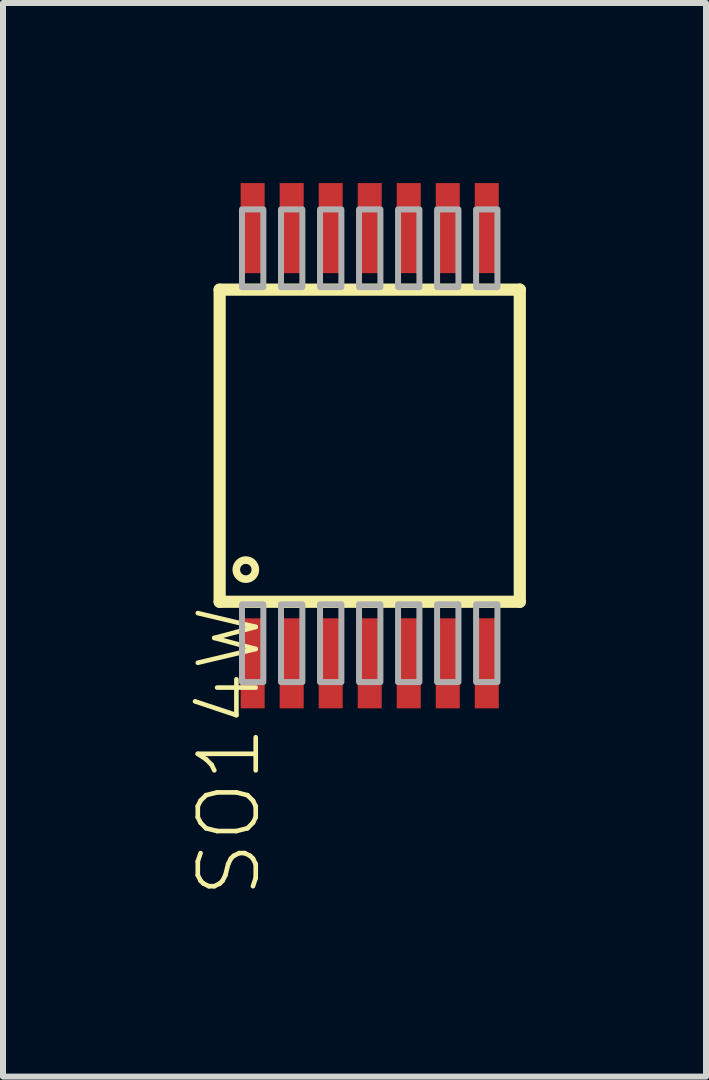
<source format=kicad_pcb>
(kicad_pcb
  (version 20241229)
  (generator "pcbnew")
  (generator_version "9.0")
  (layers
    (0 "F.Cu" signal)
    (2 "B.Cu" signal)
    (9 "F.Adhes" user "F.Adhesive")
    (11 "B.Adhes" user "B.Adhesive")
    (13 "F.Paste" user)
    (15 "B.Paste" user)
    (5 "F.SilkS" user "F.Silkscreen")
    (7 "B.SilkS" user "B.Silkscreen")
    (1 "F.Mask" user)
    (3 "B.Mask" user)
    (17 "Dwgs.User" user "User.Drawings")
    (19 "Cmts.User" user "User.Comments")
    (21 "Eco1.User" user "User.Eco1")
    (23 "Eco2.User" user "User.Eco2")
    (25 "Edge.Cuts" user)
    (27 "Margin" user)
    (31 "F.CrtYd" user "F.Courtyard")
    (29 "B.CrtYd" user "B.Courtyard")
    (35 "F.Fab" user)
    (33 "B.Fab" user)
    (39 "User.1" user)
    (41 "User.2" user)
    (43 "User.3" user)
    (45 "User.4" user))
  (footprint "SO14W"
    (layer "F.Cu")
    (at 3.109 4.375)
    (property "Reference" "SO14W" (at -2.906 2.6 270) (layer "F.SilkS") (effects (font (size 0.965 0.965) (thickness 0.077)) (justify right top)))
    (attr through_hole)
    (fp_line (start -2.5 2.6) (end -2.5 -2.6) (stroke (width 0.203) (type solid)) (layer "F.SilkS"))
    (fp_line (start -2.5 2.6) (end 2.5 2.6) (stroke (width 0.203) (type solid)) (layer "F.SilkS"))
    (fp_line (start 2.5 -2.6) (end -2.5 -2.6) (stroke (width 0.203) (type solid)) (layer "F.SilkS"))
    (fp_line (start 2.5 2.6) (end 2.5 -2.6) (stroke (width 0.203) (type solid)) (layer "F.SilkS"))
    (fp_circle (center -2.064 2.064) (end -1.905 2.064) (stroke (width 0.127) (type solid)) (fill no) (layer "F.SilkS"))
    (fp_poly (pts (xy -2.128 -2.642) (xy -1.772 -2.642) (xy -1.772 -3.937) (xy -2.128 -3.937)) (stroke (width 0.1) (type solid)) (fill no) (layer "F.Fab"))
    (fp_poly (pts (xy -2.128 3.937) (xy -1.772 3.937) (xy -1.772 2.642) (xy -2.128 2.642)) (stroke (width 0.1) (type solid)) (fill no) (layer "F.Fab"))
    (fp_poly (pts (xy -1.478 -2.642) (xy -1.122 -2.642) (xy -1.122 -3.937) (xy -1.478 -3.937)) (stroke (width 0.1) (type solid)) (fill no) (layer "F.Fab"))
    (fp_poly (pts (xy -1.478 3.937) (xy -1.122 3.937) (xy -1.122 2.642) (xy -1.478 2.642)) (stroke (width 0.1) (type solid)) (fill no) (layer "F.Fab"))
    (fp_poly (pts (xy -0.828 -2.642) (xy -0.472 -2.642) (xy -0.472 -3.937) (xy -0.828 -3.937)) (stroke (width 0.1) (type solid)) (fill no) (layer "F.Fab"))
    (fp_poly (pts (xy -0.828 3.937) (xy -0.472 3.937) (xy -0.472 2.642) (xy -0.828 2.642)) (stroke (width 0.1) (type solid)) (fill no) (layer "F.Fab"))
    (fp_poly (pts (xy -0.178 -2.642) (xy 0.178 -2.642) (xy 0.178 -3.937) (xy -0.178 -3.937)) (stroke (width 0.1) (type solid)) (fill no) (layer "F.Fab"))
    (fp_poly (pts (xy -0.178 3.937) (xy 0.178 3.937) (xy 0.178 2.642) (xy -0.178 2.642)) (stroke (width 0.1) (type solid)) (fill no) (layer "F.Fab"))
    (fp_poly (pts (xy 0.472 -2.642) (xy 0.828 -2.642) (xy 0.828 -3.937) (xy 0.472 -3.937)) (stroke (width 0.1) (type solid)) (fill no) (layer "F.Fab"))
    (fp_poly (pts (xy 0.472 3.937) (xy 0.828 3.937) (xy 0.828 2.642) (xy 0.472 2.642)) (stroke (width 0.1) (type solid)) (fill no) (layer "F.Fab"))
    (fp_poly (pts (xy 1.122 -2.642) (xy 1.478 -2.642) (xy 1.478 -3.937) (xy 1.122 -3.937)) (stroke (width 0.1) (type solid)) (fill no) (layer "F.Fab"))
    (fp_poly (pts (xy 1.122 3.937) (xy 1.478 3.937) (xy 1.478 2.642) (xy 1.122 2.642)) (stroke (width 0.1) (type solid)) (fill no) (layer "F.Fab"))
    (fp_poly (pts (xy 1.772 -2.642) (xy 2.128 -2.642) (xy 2.128 -3.937) (xy 1.772 -3.937)) (stroke (width 0.1) (type solid)) (fill no) (layer "F.Fab"))
    (fp_poly (pts (xy 1.772 3.937) (xy 2.128 3.937) (xy 2.128 2.642) (xy 1.772 2.642)) (stroke (width 0.1) (type solid)) (fill no) (layer "F.Fab"))
    (pad "1" smd rect (at -1.95 3.625) (size 0.4 1.5) (layers "F.Cu" "F.Mask" "F.Paste"))
    (pad "2" smd rect (at -1.3 3.625) (size 0.4 1.5) (layers "F.Cu" "F.Mask" "F.Paste"))
    (pad "3" smd rect (at -0.65 3.625) (size 0.4 1.5) (layers "F.Cu" "F.Mask" "F.Paste"))
    (pad "4" smd rect (at 0 3.625) (size 0.4 1.5) (layers "F.Cu" "F.Mask" "F.Paste"))
    (pad "5" smd rect (at 0.65 3.625) (size 0.4 1.5) (layers "F.Cu" "F.Mask" "F.Paste"))
    (pad "6" smd rect (at 1.3 3.625) (size 0.4 1.5) (layers "F.Cu" "F.Mask" "F.Paste"))
    (pad "7" smd rect (at 1.95 3.625) (size 0.4 1.5) (layers "F.Cu" "F.Mask" "F.Paste"))
    (pad "8" smd rect (at 1.95 -3.625) (size 0.4 1.5) (layers "F.Cu" "F.Mask" "F.Paste"))
    (pad "9" smd rect (at 1.3 -3.625) (size 0.4 1.5) (layers "F.Cu" "F.Mask" "F.Paste"))
    (pad "10" smd rect (at 0.65 -3.625) (size 0.4 1.5) (layers "F.Cu" "F.Mask" "F.Paste"))
    (pad "11" smd rect (at 0 -3.625) (size 0.4 1.5) (layers "F.Cu" "F.Mask" "F.Paste"))
    (pad "12" smd rect (at -0.65 -3.625) (size 0.4 1.5) (layers "F.Cu" "F.Mask" "F.Paste"))
    (pad "13" smd rect (at -1.3 -3.625) (size 0.4 1.5) (layers "F.Cu" "F.Mask" "F.Paste"))
    (pad "14" smd rect (at -1.95 -3.625) (size 0.4 1.5) (layers "F.Cu" "F.Mask" "F.Paste")))
  (gr_rect
    (start -3 -3)
    (end 8.711 14.885)
    (stroke (width 0.1) (type default))
    (fill no)
    (layer "Edge.Cuts")))
</source>
